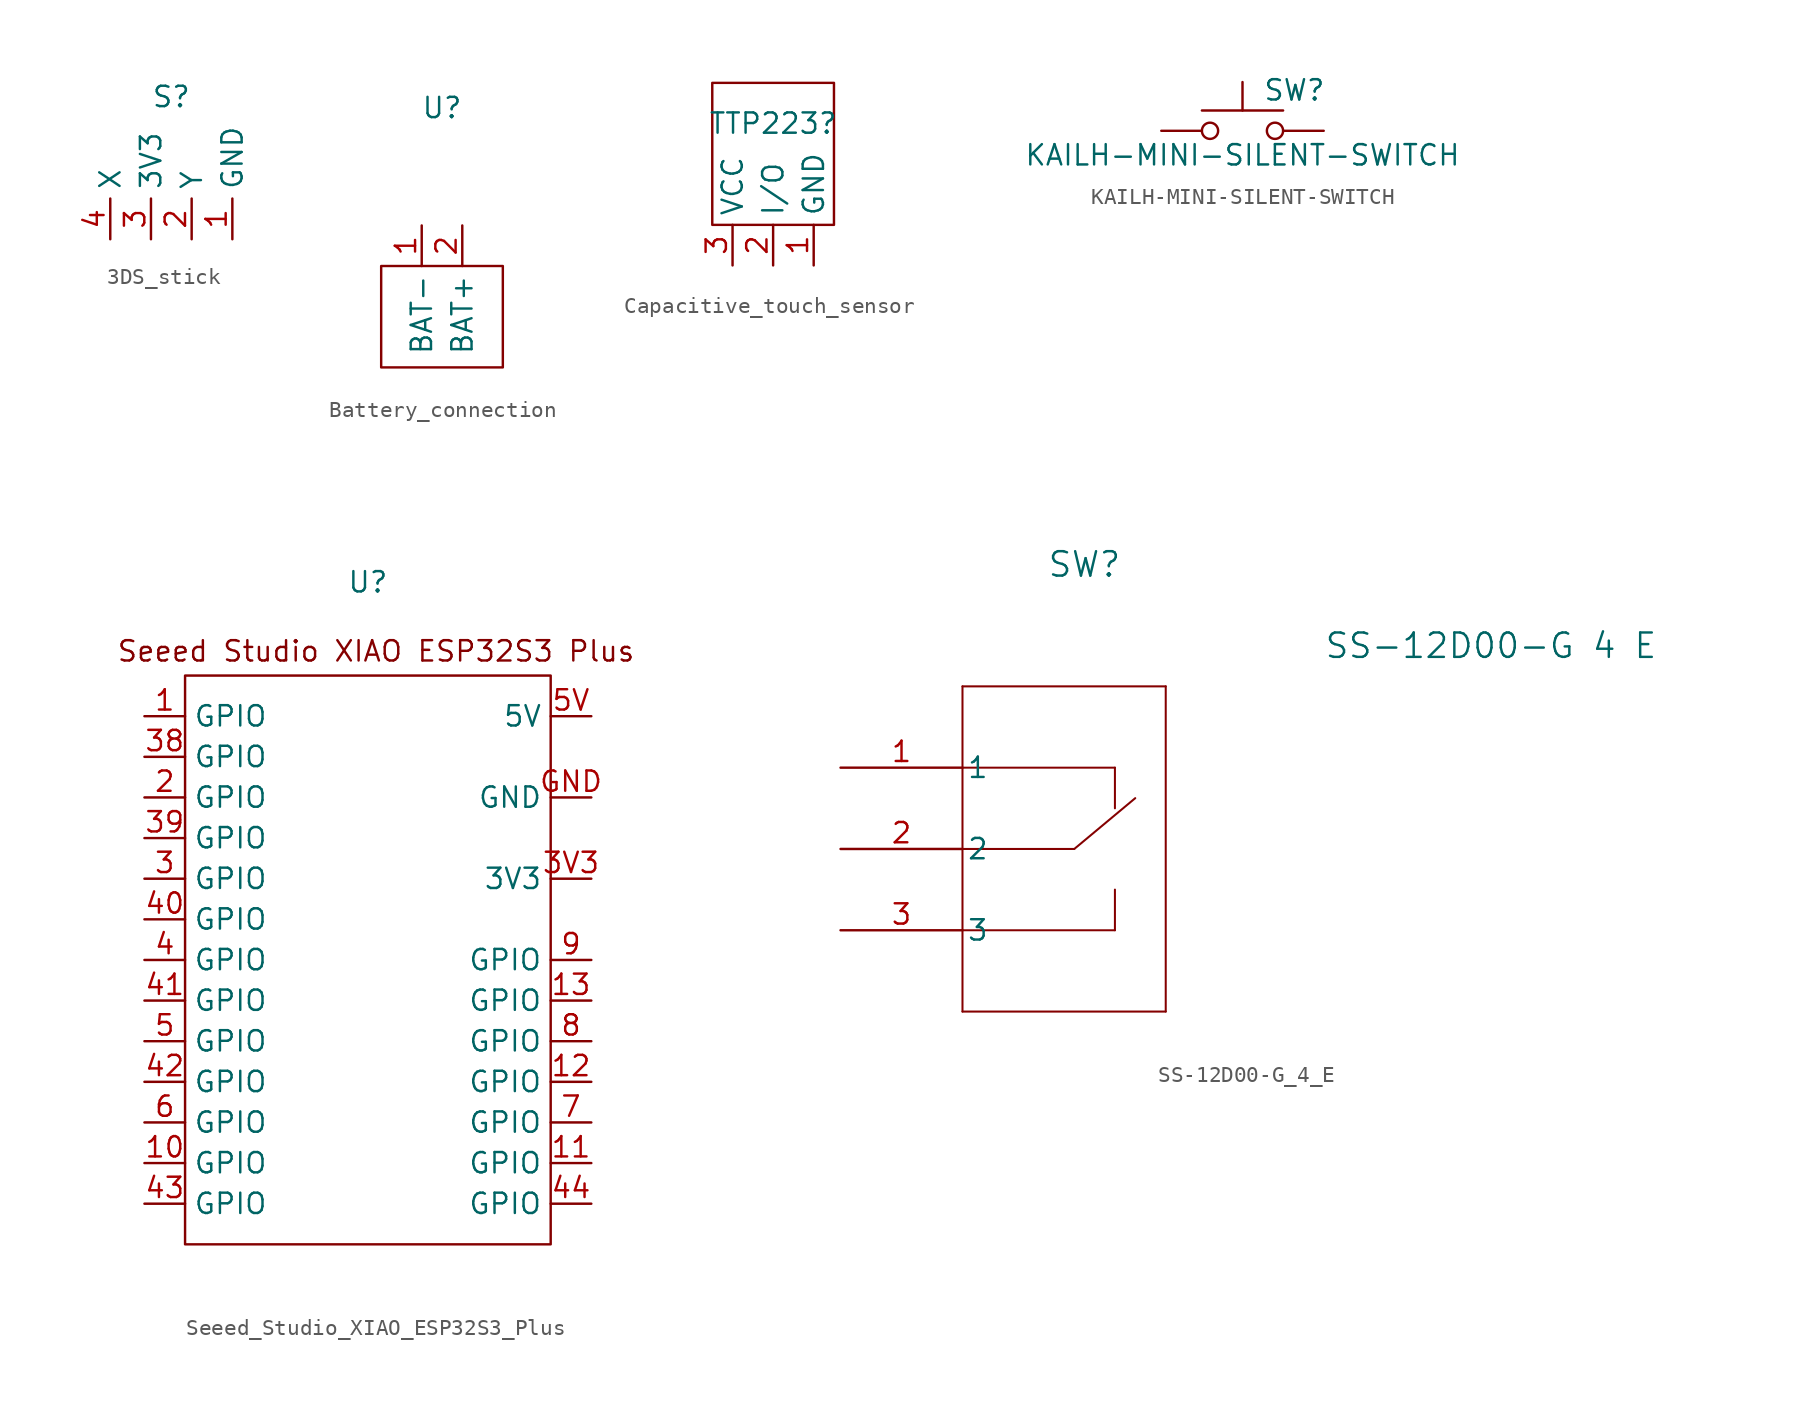
<source format=kicad_sym>
(kicad_symbol_lib
  (version 20241209)
  (generator "kicad_symbol_editor")
  (generator_version "9.0")
  (symbol "3DS_stick"
    (property "Reference" "S"
      (at 0 8.89 0)
      (effects (font (size 1.27 1.27))))
    (property "Value" ""
      (at 0 0 0)
      (effects (font (size 1.27 1.27))))
    (symbol "3DS_stick_1_1"
      (pin output line (at -3.81 0 90) (length 2.54) (name "X" (effects (font (size 1.27 1.27)))) (number "4" (effects (font (size 1.27 1.27)))))
      (pin output line (at -1.27 0 90) (length 2.54) (name "3V3" (effects (font (size 1.27 1.27)))) (number "3" (effects (font (size 1.27 1.27)))))
      (pin output line (at 1.27 0 90) (length 2.54) (name "Y" (effects (font (size 1.27 1.27)))) (number "2" (effects (font (size 1.27 1.27)))))
      (pin output line (at 3.81 0 90) (length 2.54) (name "GND" (effects (font (size 1.27 1.27)))) (number "1" (effects (font (size 1.27 1.27)))))))
  (symbol "Battery_connection"
    (property "Reference" "U"
      (at 0 7.366 0)
      (effects (font (size 1.27 1.27))))
    (property "Value" ""
      (at 0 0 0)
      (effects (font (size 1.27 1.27))))
    (symbol "Battery_connection_0_1"
      (rectangle (start -3.81 -2.54) (end 3.81 -8.89) (stroke (width 0) (type default)) (fill (type none))))
    (symbol "Battery_connection_1_1"
      (pin output line (at -1.27 0 270) (length 2.54) (name "BAT-" (effects (font (size 1.27 1.27)))) (number "1" (effects (font (size 1.27 1.27)))))
      (pin output line (at 1.27 0 270) (length 2.54) (name "BAT+" (effects (font (size 1.27 1.27)))) (number "2" (effects (font (size 1.27 1.27)))))))
  (symbol "Capacitive_touch_sensor"
    (property "Reference" "TTP223"
      (at 0 1.27 0)
      (effects (font (size 1.27 1.27))))
    (property "Value" ""
      (at 0 0 0)
      (effects (font (size 1.27 1.27))))
    (symbol "Capacitive_touch_sensor_0_1"
      (rectangle (start -3.81 3.81) (end 3.81 -5.08) (stroke (width 0) (type default)) (fill (type none))))
    (symbol "Capacitive_touch_sensor_1_1"
      (pin power_in line (at -2.54 -7.62 90) (length 2.54) (name "VCC" (effects (font (size 1.27 1.27)))) (number "3" (effects (font (size 1.27 1.27)))))
      (pin output line (at 0 -7.62 90) (length 2.54) (name "I/O" (effects (font (size 1.27 1.27)))) (number "2" (effects (font (size 1.27 1.27)))))
      (pin power_in line (at 2.54 -7.62 90) (length 2.54) (name "GND" (effects (font (size 1.27 1.27)))) (number "1" (effects (font (size 1.27 1.27)))))))
  (symbol "KAILH-MINI-SILENT-SWITCH"
    (pin_numbers
      (hide yes))
    (pin_names
      (offset 1.016)
      (hide yes))
    (property "Reference" "SW"
      (at 1.27 2.54 0)
      (effects (font (size 1.27 1.27)) (justify left)))
    (property "Value" "KAILH-MINI-SILENT-SWITCH"
      (at 0 -1.524 0)
      (effects (font (size 1.27 1.27))))
    (symbol "KAILH-MINI-SILENT-SWITCH_0_1"
      (circle (center -2.032 0) (radius 0.508) (stroke (width 0) (type default)) (fill (type none)))
      (polyline (pts (xy 0 1.27) (xy 0 3.048)) (stroke (width 0) (type default)) (fill (type none)))
      (circle (center 2.032 0) (radius 0.508) (stroke (width 0) (type default)) (fill (type none)))
      (polyline (pts (xy 2.54 1.27) (xy -2.54 1.27)) (stroke (width 0) (type default)) (fill (type none))))
    (symbol "KAILH-MINI-SILENT-SWITCH_1_1"
      (pin passive line (at -5.08 0 0) (length 2.54) (name "1" (effects (font (size 1.27 1.27)))) (number "1" (effects (font (size 1.27 1.27)))))
      (pin passive line (at 5.08 0 180) (length 2.54) (name "2" (effects (font (size 1.27 1.27)))) (number "2" (effects (font (size 1.27 1.27)))))))
  (symbol "Seeed_Studio_XIAO_ESP32S3_Plus"
    (property "Reference" "U"
      (at 0 5.842 0)
      (effects (font (size 1.27 1.27))))
    (property "Value" ""
      (at 0 0 0)
      (effects (font (size 1.27 1.27))))
    (symbol "Seeed_Studio_XIAO_ESP32S3_Plus_0_1"
      (rectangle (start -11.43 0) (end 11.43 -35.56) (stroke (width 0) (type default)) (fill (type none))))
    (symbol "Seeed_Studio_XIAO_ESP32S3_Plus_1_1"
      (text "Seeed Studio XIAO ESP32S3 Plus" (at 0.508 1.524 0) (effects (font (size 1.27 1.27))))
      (pin input line (at -13.97 -2.54 0) (length 2.54) (name "GPIO" (effects (font (size 1.27 1.27)))) (number "1" (effects (font (size 1.27 1.27)))))
      (pin input line (at -13.97 -5.08 0) (length 2.54) (name "GPIO" (effects (font (size 1.27 1.27)))) (number "38" (effects (font (size 1.27 1.27)))))
      (pin input line (at -13.97 -7.62 0) (length 2.54) (name "GPIO" (effects (font (size 1.27 1.27)))) (number "2" (effects (font (size 1.27 1.27)))))
      (pin input line (at -13.97 -10.16 0) (length 2.54) (name "GPIO" (effects (font (size 1.27 1.27)))) (number "39" (effects (font (size 1.27 1.27)))))
      (pin input line (at -13.97 -12.7 0) (length 2.54) (name "GPIO" (effects (font (size 1.27 1.27)))) (number "3" (effects (font (size 1.27 1.27)))))
      (pin input line (at -13.97 -15.24 0) (length 2.54) (name "GPIO" (effects (font (size 1.27 1.27)))) (number "40" (effects (font (size 1.27 1.27)))))
      (pin input line (at -13.97 -17.78 0) (length 2.54) (name "GPIO" (effects (font (size 1.27 1.27)))) (number "4" (effects (font (size 1.27 1.27)))))
      (pin input line (at -13.97 -20.32 0) (length 2.54) (name "GPIO" (effects (font (size 1.27 1.27)))) (number "41" (effects (font (size 1.27 1.27)))))
      (pin input line (at -13.97 -22.86 0) (length 2.54) (name "GPIO" (effects (font (size 1.27 1.27)))) (number "5" (effects (font (size 1.27 1.27)))))
      (pin input line (at -13.97 -25.4 0) (length 2.54) (name "GPIO" (effects (font (size 1.27 1.27)))) (number "42" (effects (font (size 1.27 1.27)))))
      (pin input line (at -13.97 -27.94 0) (length 2.54) (name "GPIO" (effects (font (size 1.27 1.27)))) (number "6" (effects (font (size 1.27 1.27)))))
      (pin input line (at -13.97 -30.48 0) (length 2.54) (name "GPIO" (effects (font (size 1.27 1.27)))) (number "10" (effects (font (size 1.27 1.27)))))
      (pin input line (at -13.97 -33.02 0) (length 2.54) (name "GPIO" (effects (font (size 1.27 1.27)))) (number "43" (effects (font (size 1.27 1.27)))))
      (pin input line (at 13.97 -2.54 180) (length 2.54) (name "5V" (effects (font (size 1.27 1.27)))) (number "5V" (effects (font (size 1.27 1.27)))))
      (pin input line (at 13.97 -7.62 180) (length 2.54) (name "GND" (effects (font (size 1.27 1.27)))) (number "GND" (effects (font (size 1.27 1.27)))))
      (pin output line (at 13.97 -12.7 180) (length 2.54) (name "3V3" (effects (font (size 1.27 1.27)))) (number "3V3" (effects (font (size 1.27 1.27)))))
      (pin input line (at 13.97 -17.78 180) (length 2.54) (name "GPIO" (effects (font (size 1.27 1.27)))) (number "9" (effects (font (size 1.27 1.27)))))
      (pin input line (at 13.97 -20.32 180) (length 2.54) (name "GPIO" (effects (font (size 1.27 1.27)))) (number "13" (effects (font (size 1.27 1.27)))))
      (pin input line (at 13.97 -22.86 180) (length 2.54) (name "GPIO" (effects (font (size 1.27 1.27)))) (number "8" (effects (font (size 1.27 1.27)))))
      (pin input line (at 13.97 -25.4 180) (length 2.54) (name "GPIO" (effects (font (size 1.27 1.27)))) (number "12" (effects (font (size 1.27 1.27)))))
      (pin input line (at 13.97 -27.94 180) (length 2.54) (name "GPIO" (effects (font (size 1.27 1.27)))) (number "7" (effects (font (size 1.27 1.27)))))
      (pin input line (at 13.97 -30.48 180) (length 2.54) (name "GPIO" (effects (font (size 1.27 1.27)))) (number "11" (effects (font (size 1.27 1.27)))))
      (pin input line (at 13.97 -33.02 180) (length 2.54) (name "GPIO" (effects (font (size 1.27 1.27)))) (number "44" (effects (font (size 1.27 1.27)))))))
  (symbol "SS-12D00-G_4_E"
    (pin_names
      (offset 0.254))
    (property "Reference" "SW"
      (at 15.24 12.7 0)
      (effects (font (size 1.524 1.524))))
    (property "Value" "SS-12D00-G 4 E"
      (at 40.64 7.62 0)
      (effects (font (size 1.524 1.524))))
    (symbol "SS-12D00-G_4_E_0_1"
      (polyline (pts (xy 7.62 5.08) (xy 7.62 -15.24)) (stroke (width 0.127) (type default)) (fill (type none)))
      (polyline (pts (xy 7.62 0) (xy 17.145 0)) (stroke (width 0.127) (type default)) (fill (type none)))
      (polyline (pts (xy 7.62 -5.08) (xy 14.605 -5.08)) (stroke (width 0.127) (type default)) (fill (type none)))
      (polyline (pts (xy 7.62 -10.16) (xy 17.145 -10.16)) (stroke (width 0.127) (type default)) (fill (type none)))
      (polyline (pts (xy 7.62 -15.24) (xy 20.32 -15.24)) (stroke (width 0.127) (type default)) (fill (type none)))
      (polyline (pts (xy 14.605 -5.08) (xy 18.415 -1.905)) (stroke (width 0.127) (type default)) (fill (type none)))
      (polyline (pts (xy 17.145 -2.54) (xy 17.145 0)) (stroke (width 0.127) (type default)) (fill (type none)))
      (polyline (pts (xy 17.145 -7.62) (xy 17.145 -10.16)) (stroke (width 0.127) (type default)) (fill (type none)))
      (polyline (pts (xy 20.32 5.08) (xy 7.62 5.08)) (stroke (width 0.127) (type default)) (fill (type none)))
      (polyline (pts (xy 20.32 -15.24) (xy 20.32 5.08)) (stroke (width 0.127) (type default)) (fill (type none)))
      (pin unspecified line (at 0 0 0) (length 7.62) (name "1" (effects (font (size 1.27 1.27)))) (number "1" (effects (font (size 1.27 1.27)))))
      (pin unspecified line (at 0 -5.08 0) (length 7.62) (name "2" (effects (font (size 1.27 1.27)))) (number "2" (effects (font (size 1.27 1.27)))))
      (pin unspecified line (at 0 -10.16 0) (length 7.62) (name "3" (effects (font (size 1.27 1.27)))) (number "3" (effects (font (size 1.27 1.27))))))))
</source>
